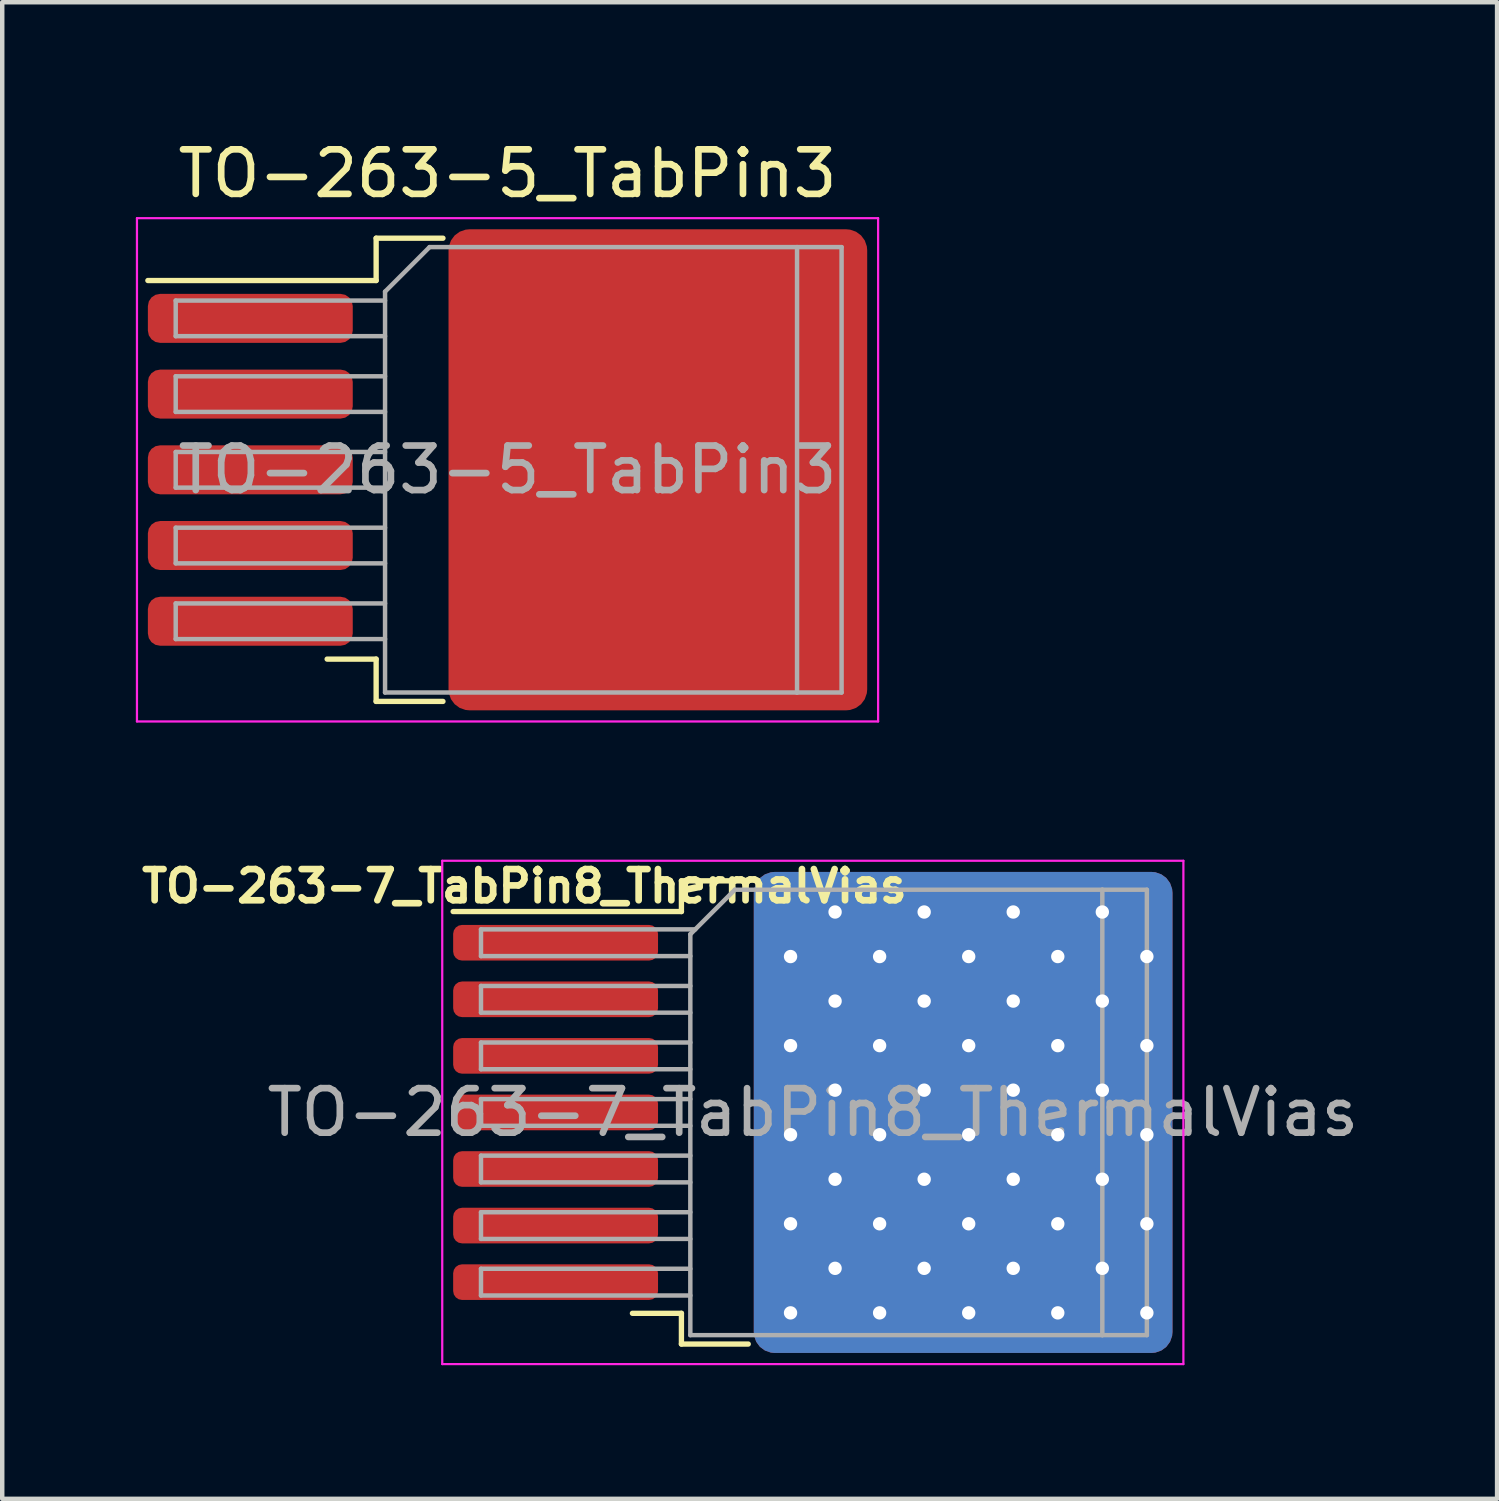
<source format=kicad_pcb>
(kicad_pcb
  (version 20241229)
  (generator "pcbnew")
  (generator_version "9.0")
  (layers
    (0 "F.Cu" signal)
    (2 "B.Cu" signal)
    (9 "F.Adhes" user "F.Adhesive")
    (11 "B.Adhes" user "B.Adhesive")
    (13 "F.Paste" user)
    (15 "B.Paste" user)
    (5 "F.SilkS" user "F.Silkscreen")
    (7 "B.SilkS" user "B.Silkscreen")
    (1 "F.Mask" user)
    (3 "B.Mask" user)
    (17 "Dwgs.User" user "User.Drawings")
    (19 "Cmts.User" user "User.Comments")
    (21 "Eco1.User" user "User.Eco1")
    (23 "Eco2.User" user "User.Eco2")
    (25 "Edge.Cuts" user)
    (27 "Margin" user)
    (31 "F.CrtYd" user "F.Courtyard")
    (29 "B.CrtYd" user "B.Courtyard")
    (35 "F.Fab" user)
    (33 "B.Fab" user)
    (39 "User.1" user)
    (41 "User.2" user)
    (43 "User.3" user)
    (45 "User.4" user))
  (footprint "TO-263-5_TabPin3"
    (layer "F.Cu")
    (at 8.345 7.498)
    (property "Reference" "TO-263-5_TabPin3" (at 0 -6.65 0) (layer "F.SilkS") (effects (font (size 1 1) (thickness 0.15))))
    (attr smd)
    (fp_line (start -2.95 -5.2) (end -2.95 -4.25) (stroke (width 0.12) (type solid)) (layer "F.SilkS"))
    (fp_line (start -2.95 -4.25) (end -8.075 -4.25) (stroke (width 0.12) (type solid)) (layer "F.SilkS"))
    (fp_line (start -2.95 4.25) (end -4.05 4.25) (stroke (width 0.12) (type solid)) (layer "F.SilkS"))
    (fp_line (start -2.95 5.2) (end -2.95 4.25) (stroke (width 0.12) (type solid)) (layer "F.SilkS"))
    (fp_line (start -1.45 -5.2) (end -2.95 -5.2) (stroke (width 0.12) (type solid)) (layer "F.SilkS"))
    (fp_line (start -1.45 5.2) (end -2.95 5.2) (stroke (width 0.12) (type solid)) (layer "F.SilkS"))
    (fp_line (start -8.32 -5.65) (end -8.32 5.65) (stroke (width 0.05) (type solid)) (layer "F.CrtYd"))
    (fp_line (start -8.32 5.65) (end 8.32 5.65) (stroke (width 0.05) (type solid)) (layer "F.CrtYd"))
    (fp_line (start 8.32 -5.65) (end -8.32 -5.65) (stroke (width 0.05) (type solid)) (layer "F.CrtYd"))
    (fp_line (start 8.32 5.65) (end 8.32 -5.65) (stroke (width 0.05) (type solid)) (layer "F.CrtYd"))
    (fp_line (start -7.45 -3.8) (end -7.45 -3) (stroke (width 0.1) (type solid)) (layer "F.Fab"))
    (fp_line (start -7.45 -3) (end -2.75 -3) (stroke (width 0.1) (type solid)) (layer "F.Fab"))
    (fp_line (start -7.45 -2.1) (end -7.45 -1.3) (stroke (width 0.1) (type solid)) (layer "F.Fab"))
    (fp_line (start -7.45 -1.3) (end -2.75 -1.3) (stroke (width 0.1) (type solid)) (layer "F.Fab"))
    (fp_line (start -7.45 -0.4) (end -7.45 0.4) (stroke (width 0.1) (type solid)) (layer "F.Fab"))
    (fp_line (start -7.45 0.4) (end -2.75 0.4) (stroke (width 0.1) (type solid)) (layer "F.Fab"))
    (fp_line (start -7.45 1.3) (end -7.45 2.1) (stroke (width 0.1) (type solid)) (layer "F.Fab"))
    (fp_line (start -7.45 2.1) (end -2.75 2.1) (stroke (width 0.1) (type solid)) (layer "F.Fab"))
    (fp_line (start -7.45 3) (end -7.45 3.8) (stroke (width 0.1) (type solid)) (layer "F.Fab"))
    (fp_line (start -7.45 3.8) (end -2.75 3.8) (stroke (width 0.1) (type solid)) (layer "F.Fab"))
    (fp_line (start -2.75 -4) (end -1.75 -5) (stroke (width 0.1) (type solid)) (layer "F.Fab"))
    (fp_line (start -2.75 -3.8) (end -7.45 -3.8) (stroke (width 0.1) (type solid)) (layer "F.Fab"))
    (fp_line (start -2.75 -2.1) (end -7.45 -2.1) (stroke (width 0.1) (type solid)) (layer "F.Fab"))
    (fp_line (start -2.75 -0.4) (end -7.45 -0.4) (stroke (width 0.1) (type solid)) (layer "F.Fab"))
    (fp_line (start -2.75 1.3) (end -7.45 1.3) (stroke (width 0.1) (type solid)) (layer "F.Fab"))
    (fp_line (start -2.75 3) (end -7.45 3) (stroke (width 0.1) (type solid)) (layer "F.Fab"))
    (fp_line (start -2.75 5) (end -2.75 -4) (stroke (width 0.1) (type solid)) (layer "F.Fab"))
    (fp_line (start -1.75 -5) (end 6.5 -5) (stroke (width 0.1) (type solid)) (layer "F.Fab"))
    (fp_line (start 6.5 -5) (end 6.5 5) (stroke (width 0.1) (type solid)) (layer "F.Fab"))
    (fp_line (start 6.5 -5) (end 7.5 -5) (stroke (width 0.1) (type solid)) (layer "F.Fab"))
    (fp_line (start 6.5 5) (end -2.75 5) (stroke (width 0.1) (type solid)) (layer "F.Fab"))
    (fp_line (start 7.5 -5) (end 7.5 5) (stroke (width 0.1) (type solid)) (layer "F.Fab"))
    (fp_line (start 7.5 5) (end 6.5 5) (stroke (width 0.1) (type solid)) (layer "F.Fab"))
    (fp_text user "${REFERENCE}" (at 0 0 0) (layer "F.Fab") (effects (font (size 1 1) (thickness 0.15))))
    (pad "" smd roundrect (at 0.95 -2.775) (size 4.55 5.25) (layers "F.Paste") (roundrect_rratio 0.25))
    (pad "" smd roundrect (at 0.95 2.775) (size 4.55 5.25) (layers "F.Paste") (roundrect_rratio 0.25))
    (pad "" smd roundrect (at 5.8 -2.775) (size 4.55 5.25) (layers "F.Paste") (roundrect_rratio 0.25))
    (pad "" smd roundrect (at 5.8 2.775) (size 4.55 5.25) (layers "F.Paste") (roundrect_rratio 0.25))
    (pad "1" smd roundrect (at -5.775 -3.4) (size 4.6 1.1) (layers "F.Cu" "F.Mask" "F.Paste") (roundrect_rratio 0.25))
    (pad "2" smd roundrect (at -5.775 -1.7) (size 4.6 1.1) (layers "F.Cu" "F.Mask" "F.Paste") (roundrect_rratio 0.25))
    (pad "3" smd roundrect (at -5.775 0) (size 4.6 1.1) (layers "F.Cu" "F.Mask" "F.Paste") (roundrect_rratio 0.25))
    (pad "3" smd roundrect (at 3.375 0) (size 9.4 10.8) (layers "F.Cu" "F.Mask") (roundrect_rratio 0.05))
    (pad "4" smd roundrect (at -5.775 1.7) (size 4.6 1.1) (layers "F.Cu" "F.Mask" "F.Paste") (roundrect_rratio 0.25))
    (pad "5" smd roundrect (at -5.775 3.4) (size 4.6 1.1) (layers "F.Cu" "F.Mask" "F.Paste") (roundrect_rratio 0.25)))
  (footprint "TO-263-7_TabPin8_ThermalVias"
    (layer "F.Cu")
    (at 15.199 21.926)
    (property "Reference" "TO-263-7_TabPin8_ThermalVias" (at -6.477 -5.08 0) (layer "F.SilkS") (effects (font (size 0.7 0.7) (thickness 0.15))))
    (attr smd)
    (fp_line (start -2.95 -5.2) (end -2.95 -4.51) (stroke (width 0.12) (type solid)) (layer "F.SilkS"))
    (fp_line (start -2.95 -4.51) (end -8.075 -4.51) (stroke (width 0.12) (type solid)) (layer "F.SilkS"))
    (fp_line (start -2.95 4.51) (end -4.05 4.51) (stroke (width 0.12) (type solid)) (layer "F.SilkS"))
    (fp_line (start -2.95 5.2) (end -2.95 4.51) (stroke (width 0.12) (type solid)) (layer "F.SilkS"))
    (fp_line (start -1.45 -5.2) (end -2.95 -5.2) (stroke (width 0.12) (type solid)) (layer "F.SilkS"))
    (fp_line (start -1.45 5.2) (end -2.95 5.2) (stroke (width 0.12) (type solid)) (layer "F.SilkS"))
    (fp_line (start -8.32 -5.65) (end -8.32 5.65) (stroke (width 0.05) (type solid)) (layer "F.CrtYd"))
    (fp_line (start -8.32 5.65) (end 8.32 5.65) (stroke (width 0.05) (type solid)) (layer "F.CrtYd"))
    (fp_line (start 8.32 -5.65) (end -8.32 -5.65) (stroke (width 0.05) (type solid)) (layer "F.CrtYd"))
    (fp_line (start 8.32 5.65) (end 8.32 -5.65) (stroke (width 0.05) (type solid)) (layer "F.CrtYd"))
    (fp_line (start -7.45 -4.11) (end -7.45 -3.51) (stroke (width 0.1) (type solid)) (layer "F.Fab"))
    (fp_line (start -7.45 -3.51) (end -2.75 -3.51) (stroke (width 0.1) (type solid)) (layer "F.Fab"))
    (fp_line (start -7.45 -2.84) (end -7.45 -2.24) (stroke (width 0.1) (type solid)) (layer "F.Fab"))
    (fp_line (start -7.45 -2.24) (end -2.75 -2.24) (stroke (width 0.1) (type solid)) (layer "F.Fab"))
    (fp_line (start -7.45 -1.57) (end -7.45 -0.97) (stroke (width 0.1) (type solid)) (layer "F.Fab"))
    (fp_line (start -7.45 -0.97) (end -2.75 -0.97) (stroke (width 0.1) (type solid)) (layer "F.Fab"))
    (fp_line (start -7.45 -0.3) (end -7.45 0.3) (stroke (width 0.1) (type solid)) (layer "F.Fab"))
    (fp_line (start -7.45 0.3) (end -2.75 0.3) (stroke (width 0.1) (type solid)) (layer "F.Fab"))
    (fp_line (start -7.45 0.97) (end -7.45 1.57) (stroke (width 0.1) (type solid)) (layer "F.Fab"))
    (fp_line (start -7.45 1.57) (end -2.75 1.57) (stroke (width 0.1) (type solid)) (layer "F.Fab"))
    (fp_line (start -7.45 2.24) (end -7.45 2.84) (stroke (width 0.1) (type solid)) (layer "F.Fab"))
    (fp_line (start -7.45 2.84) (end -2.75 2.84) (stroke (width 0.1) (type solid)) (layer "F.Fab"))
    (fp_line (start -7.45 3.51) (end -7.45 4.11) (stroke (width 0.1) (type solid)) (layer "F.Fab"))
    (fp_line (start -7.45 4.11) (end -2.75 4.11) (stroke (width 0.1) (type solid)) (layer "F.Fab"))
    (fp_line (start -2.75 -4) (end -1.75 -5) (stroke (width 0.1) (type solid)) (layer "F.Fab"))
    (fp_line (start -2.75 -2.84) (end -7.45 -2.84) (stroke (width 0.1) (type solid)) (layer "F.Fab"))
    (fp_line (start -2.75 -1.57) (end -7.45 -1.57) (stroke (width 0.1) (type solid)) (layer "F.Fab"))
    (fp_line (start -2.75 -0.3) (end -7.45 -0.3) (stroke (width 0.1) (type solid)) (layer "F.Fab"))
    (fp_line (start -2.75 0.97) (end -7.45 0.97) (stroke (width 0.1) (type solid)) (layer "F.Fab"))
    (fp_line (start -2.75 2.24) (end -7.45 2.24) (stroke (width 0.1) (type solid)) (layer "F.Fab"))
    (fp_line (start -2.75 3.51) (end -7.45 3.51) (stroke (width 0.1) (type solid)) (layer "F.Fab"))
    (fp_line (start -2.75 5) (end -2.75 -4) (stroke (width 0.1) (type solid)) (layer "F.Fab"))
    (fp_line (start -2.64 -4.11) (end -7.45 -4.11) (stroke (width 0.1) (type solid)) (layer "F.Fab"))
    (fp_line (start -1.75 -5) (end 6.5 -5) (stroke (width 0.1) (type solid)) (layer "F.Fab"))
    (fp_line (start 6.5 -5) (end 6.5 5) (stroke (width 0.1) (type solid)) (layer "F.Fab"))
    (fp_line (start 6.5 -5) (end 7.5 -5) (stroke (width 0.1) (type solid)) (layer "F.Fab"))
    (fp_line (start 6.5 5) (end -2.75 5) (stroke (width 0.1) (type solid)) (layer "F.Fab"))
    (fp_line (start 7.5 -5) (end 7.5 5) (stroke (width 0.1) (type solid)) (layer "F.Fab"))
    (fp_line (start 7.5 5) (end 6.5 5) (stroke (width 0.1) (type solid)) (layer "F.Fab"))
    (fp_text user "${REFERENCE}" (at 0 0 0) (layer "F.Fab") (effects (font (size 1 1) (thickness 0.15))))
    (pad "" smd roundrect (at 0.95 -2.775) (size 4.55 5.25) (layers "F.Paste") (roundrect_rratio 0.25))
    (pad "" smd roundrect (at 0.95 2.775) (size 4.55 5.25) (layers "F.Paste") (roundrect_rratio 0.25))
    (pad "" smd roundrect (at 5.8 -2.775) (size 4.55 5.25) (layers "F.Paste") (roundrect_rratio 0.25))
    (pad "" smd roundrect (at 5.8 2.775) (size 4.55 5.25) (layers "F.Paste") (roundrect_rratio 0.25))
    (pad "1" smd roundrect (at -5.775 -3.81) (size 4.6 0.8) (layers "F.Cu" "F.Mask" "F.Paste") (roundrect_rratio 0.25))
    (pad "2" smd roundrect (at -5.775 -2.54) (size 4.6 0.8) (layers "F.Cu" "F.Mask" "F.Paste") (roundrect_rratio 0.25))
    (pad "3" smd roundrect (at -5.775 -1.27) (size 4.6 0.8) (layers "F.Cu" "F.Mask" "F.Paste") (roundrect_rratio 0.25))
    (pad "4" smd roundrect (at -5.775 0) (size 4.6 0.8) (layers "F.Cu" "F.Mask" "F.Paste") (roundrect_rratio 0.25))
    (pad "5" smd roundrect (at -5.775 1.27) (size 4.6 0.8) (layers "F.Cu" "F.Mask" "F.Paste") (roundrect_rratio 0.25))
    (pad "6" smd roundrect (at -5.775 2.54) (size 4.6 0.8) (layers "F.Cu" "F.Mask" "F.Paste") (roundrect_rratio 0.25))
    (pad "7" smd roundrect (at -5.775 3.81) (size 4.6 0.8) (layers "F.Cu" "F.Mask" "F.Paste") (roundrect_rratio 0.25))
    (pad "8" thru_hole circle (at -0.5 -3.5) (size 0.6 0.6) (drill 0.3) (layers "*.Cu" "*.Mask"))
    (pad "8" thru_hole circle (at -0.5 -1.5) (size 0.6 0.6) (drill 0.3) (layers "*.Cu" "*.Mask"))
    (pad "8" thru_hole circle (at -0.5 0.5) (size 0.6 0.6) (drill 0.3) (layers "*.Cu" "*.Mask"))
    (pad "8" thru_hole circle (at -0.5 2.5) (size 0.6 0.6) (drill 0.3) (layers "*.Cu" "*.Mask"))
    (pad "8" thru_hole circle (at -0.5 4.5) (size 0.6 0.6) (drill 0.3) (layers "*.Cu" "*.Mask"))
    (pad "8" thru_hole circle (at 0.5 -4.5) (size 0.6 0.6) (drill 0.3) (layers "*.Cu" "*.Mask"))
    (pad "8" thru_hole circle (at 0.5 -2.5) (size 0.6 0.6) (drill 0.3) (layers "*.Cu" "*.Mask"))
    (pad "8" thru_hole circle (at 0.5 -0.5) (size 0.6 0.6) (drill 0.3) (layers "*.Cu" "*.Mask"))
    (pad "8" thru_hole circle (at 0.5 1.5) (size 0.6 0.6) (drill 0.3) (layers "*.Cu" "*.Mask"))
    (pad "8" thru_hole circle (at 0.5 3.5) (size 0.6 0.6) (drill 0.3) (layers "*.Cu" "*.Mask"))
    (pad "8" thru_hole circle (at 1.5 -3.5) (size 0.6 0.6) (drill 0.3) (layers "*.Cu" "*.Mask"))
    (pad "8" thru_hole circle (at 1.5 -1.5) (size 0.6 0.6) (drill 0.3) (layers "*.Cu" "*.Mask"))
    (pad "8" thru_hole circle (at 1.5 0.5) (size 0.6 0.6) (drill 0.3) (layers "*.Cu" "*.Mask"))
    (pad "8" thru_hole circle (at 1.5 2.5) (size 0.6 0.6) (drill 0.3) (layers "*.Cu" "*.Mask"))
    (pad "8" thru_hole circle (at 1.5 4.5) (size 0.6 0.6) (drill 0.3) (layers "*.Cu" "*.Mask"))
    (pad "8" thru_hole circle (at 2.5 -4.5) (size 0.6 0.6) (drill 0.3) (layers "*.Cu" "*.Mask"))
    (pad "8" thru_hole circle (at 2.5 -2.5) (size 0.6 0.6) (drill 0.3) (layers "*.Cu" "*.Mask"))
    (pad "8" thru_hole circle (at 2.5 -0.5) (size 0.6 0.6) (drill 0.3) (layers "*.Cu" "*.Mask"))
    (pad "8" thru_hole circle (at 2.5 1.5) (size 0.6 0.6) (drill 0.3) (layers "*.Cu" "*.Mask"))
    (pad "8" thru_hole circle (at 2.5 3.5) (size 0.6 0.6) (drill 0.3) (layers "*.Cu" "*.Mask"))
    (pad "8" smd roundrect (at 3.375 0) (size 9.4 10.8) (layers "F.Cu" "F.Mask") (roundrect_rratio 0.05))
    (pad "8" smd roundrect (at 3.375 0) (size 9.4 10.8) (layers "*.Mask" "B.Cu") (roundrect_rratio 0.05))
    (pad "8" thru_hole circle (at 3.5 -3.5) (size 0.6 0.6) (drill 0.3) (layers "*.Cu" "*.Mask"))
    (pad "8" thru_hole circle (at 3.5 -1.5) (size 0.6 0.6) (drill 0.3) (layers "*.Cu" "*.Mask"))
    (pad "8" thru_hole circle (at 3.5 0.5) (size 0.6 0.6) (drill 0.3) (layers "*.Cu" "*.Mask"))
    (pad "8" thru_hole circle (at 3.5 2.5) (size 0.6 0.6) (drill 0.3) (layers "*.Cu" "*.Mask"))
    (pad "8" thru_hole circle (at 3.5 4.5) (size 0.6 0.6) (drill 0.3) (layers "*.Cu" "*.Mask"))
    (pad "8" thru_hole circle (at 4.5 -4.5) (size 0.6 0.6) (drill 0.3) (layers "*.Cu" "*.Mask"))
    (pad "8" thru_hole circle (at 4.5 -2.5) (size 0.6 0.6) (drill 0.3) (layers "*.Cu" "*.Mask"))
    (pad "8" thru_hole circle (at 4.5 -0.5) (size 0.6 0.6) (drill 0.3) (layers "*.Cu" "*.Mask"))
    (pad "8" thru_hole circle (at 4.5 1.5) (size 0.6 0.6) (drill 0.3) (layers "*.Cu" "*.Mask"))
    (pad "8" thru_hole circle (at 4.5 3.5) (size 0.6 0.6) (drill 0.3) (layers "*.Cu" "*.Mask"))
    (pad "8" thru_hole circle (at 5.5 -3.5) (size 0.6 0.6) (drill 0.3) (layers "*.Cu" "*.Mask"))
    (pad "8" thru_hole circle (at 5.5 -1.5) (size 0.6 0.6) (drill 0.3) (layers "*.Cu" "*.Mask"))
    (pad "8" thru_hole circle (at 5.5 0.5) (size 0.6 0.6) (drill 0.3) (layers "*.Cu" "*.Mask"))
    (pad "8" thru_hole circle (at 5.5 2.5) (size 0.6 0.6) (drill 0.3) (layers "*.Cu" "*.Mask"))
    (pad "8" thru_hole circle (at 5.5 4.5) (size 0.6 0.6) (drill 0.3) (layers "*.Cu" "*.Mask"))
    (pad "8" thru_hole circle (at 6.5 -4.5) (size 0.6 0.6) (drill 0.3) (layers "*.Cu" "*.Mask"))
    (pad "8" thru_hole circle (at 6.5 -2.5) (size 0.6 0.6) (drill 0.3) (layers "*.Cu" "*.Mask"))
    (pad "8" thru_hole circle (at 6.5 -0.5) (size 0.6 0.6) (drill 0.3) (layers "*.Cu" "*.Mask"))
    (pad "8" thru_hole circle (at 6.5 1.5) (size 0.6 0.6) (drill 0.3) (layers "*.Cu" "*.Mask"))
    (pad "8" thru_hole circle (at 6.5 3.5) (size 0.6 0.6) (drill 0.3) (layers "*.Cu" "*.Mask"))
    (pad "8" thru_hole circle (at 7.5 -3.5) (size 0.6 0.6) (drill 0.3) (layers "*.Cu" "*.Mask"))
    (pad "8" thru_hole circle (at 7.5 -1.5) (size 0.6 0.6) (drill 0.3) (layers "*.Cu" "*.Mask"))
    (pad "8" thru_hole circle (at 7.5 0.5) (size 0.6 0.6) (drill 0.3) (layers "*.Cu" "*.Mask"))
    (pad "8" thru_hole circle (at 7.5 2.5) (size 0.6 0.6) (drill 0.3) (layers "*.Cu" "*.Mask"))
    (pad "8" thru_hole circle (at 7.5 4.5) (size 0.6 0.6) (drill 0.3) (layers "*.Cu" "*.Mask")))
  (gr_rect
    (start -3 -3)
    (end 30.562 30.601)
    (stroke (width 0.1) (type default))
    (fill no)
    (layer "Edge.Cuts")))
</source>
